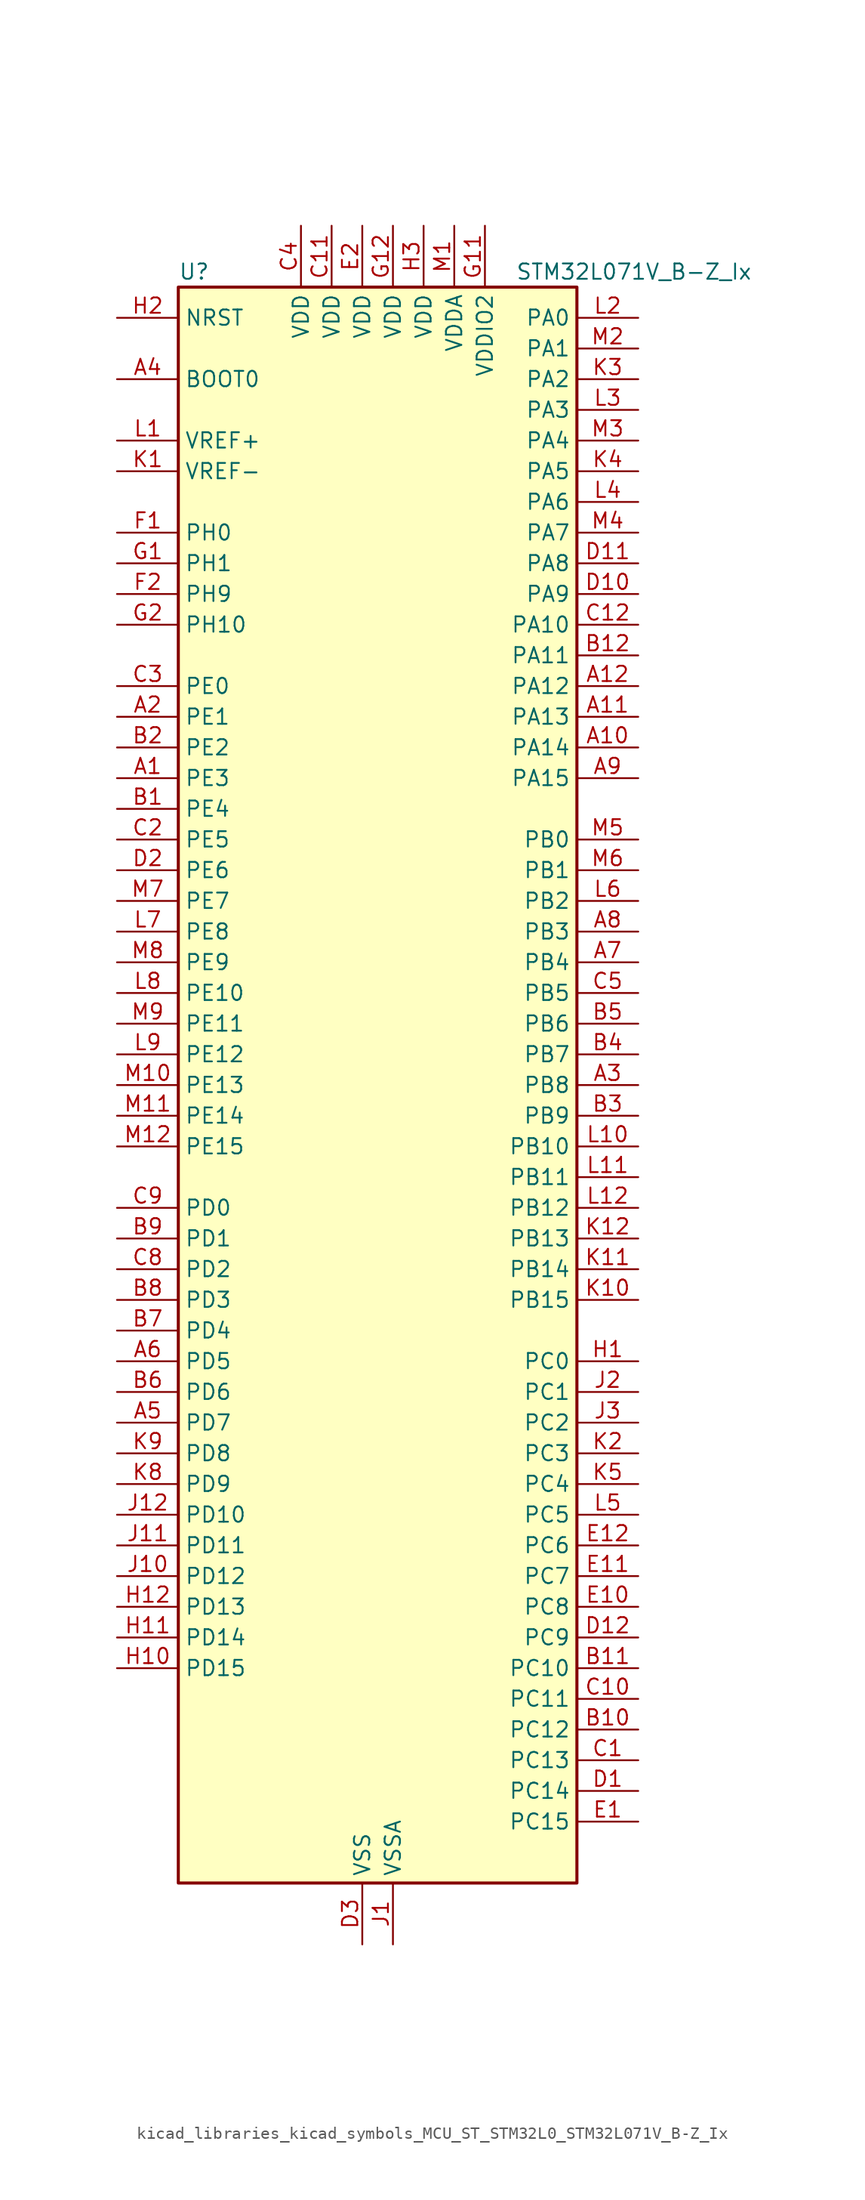
<source format=kicad_sym>
(kicad_symbol_lib
  (version 20220914)
  (generator kicad_symbol_editor)
  (symbol "kicad_libraries_kicad_symbols_MCU_ST_STM32L0_STM32L071V_B-Z_Ix"
    (property "Reference" "U"
      (at -15.24 67.31 0)
      (effects (font (size 1.27 1.27)) (justify left)))
    (property "Value" "STM32L071V_B-Z_Ix"
      (at 12.7 67.31 0)
      (effects (font (size 1.27 1.27)) (justify left)))
    (property "ki_locked" ""
      (at 0 0 0)
      (effects (font (size 1.27 1.27))))
    (symbol "kicad_libraries_kicad_symbols_MCU_ST_STM32L0_STM32L071V_B-Z_Ix_0_1"
      (rectangle (start -15.24 -66.04) (end 17.78 66.04) (stroke (width 0.254) (type default)) (fill (type background))))
    (symbol "kicad_libraries_kicad_symbols_MCU_ST_STM32L0_STM32L071V_B-Z_Ix_1_1"
      (pin bidirectional line (at -20.32 25.4 0) (length 5.08) (name "PE3" (effects (font (size 1.27 1.27)))) (number "A1" (effects (font (size 1.27 1.27)))) (alternate "TIM22_CH1" bidirectional line) (alternate "TIM3_CH1" bidirectional line))
      (pin bidirectional line (at 22.86 27.94 180) (length 5.08) (name "PA14" (effects (font (size 1.27 1.27)))) (number "A10" (effects (font (size 1.27 1.27)))) (alternate "LPUART1_TX" bidirectional line) (alternate "SYS_SWCLK" bidirectional line) (alternate "USART2_TX" bidirectional line))
      (pin bidirectional line (at 22.86 30.48 180) (length 5.08) (name "PA13" (effects (font (size 1.27 1.27)))) (number "A11" (effects (font (size 1.27 1.27)))) (alternate "LPUART1_RX" bidirectional line) (alternate "SYS_SWDIO" bidirectional line))
      (pin bidirectional line (at 22.86 33.02 180) (length 5.08) (name "PA12" (effects (font (size 1.27 1.27)))) (number "A12" (effects (font (size 1.27 1.27)))) (alternate "COMP2_OUT" bidirectional line) (alternate "SPI1_MOSI" bidirectional line) (alternate "USART1_DE" bidirectional line) (alternate "USART1_RTS" bidirectional line))
      (pin bidirectional line (at -20.32 30.48 0) (length 5.08) (name "PE1" (effects (font (size 1.27 1.27)))) (number "A2" (effects (font (size 1.27 1.27)))))
      (pin bidirectional line (at 22.86 0 180) (length 5.08) (name "PB8" (effects (font (size 1.27 1.27)))) (number "A3" (effects (font (size 1.27 1.27)))) (alternate "I2C1_SCL" bidirectional line))
      (pin input line (at -20.32 58.42 0) (length 5.08) (name "BOOT0" (effects (font (size 1.27 1.27)))) (number "A4" (effects (font (size 1.27 1.27)))))
      (pin bidirectional line (at -20.32 -27.94 0) (length 5.08) (name "PD7" (effects (font (size 1.27 1.27)))) (number "A5" (effects (font (size 1.27 1.27)))) (alternate "TIM21_CH2" bidirectional line) (alternate "USART2_CK" bidirectional line))
      (pin bidirectional line (at -20.32 -22.86 0) (length 5.08) (name "PD5" (effects (font (size 1.27 1.27)))) (number "A6" (effects (font (size 1.27 1.27)))) (alternate "USART2_TX" bidirectional line))
      (pin bidirectional line (at 22.86 10.16 180) (length 5.08) (name "PB4" (effects (font (size 1.27 1.27)))) (number "A7" (effects (font (size 1.27 1.27)))) (alternate "COMP2_INP" bidirectional line) (alternate "I2C3_SDA" bidirectional line) (alternate "SPI1_MISO" bidirectional line) (alternate "TIM22_CH1" bidirectional line) (alternate "TIM3_CH1" bidirectional line) (alternate "USART1_CTS" bidirectional line) (alternate "USART5_RX" bidirectional line))
      (pin bidirectional line (at 22.86 12.7 180) (length 5.08) (name "PB3" (effects (font (size 1.27 1.27)))) (number "A8" (effects (font (size 1.27 1.27)))) (alternate "COMP2_INM" bidirectional line) (alternate "SPI1_SCK" bidirectional line) (alternate "TIM2_CH2" bidirectional line) (alternate "USART1_DE" bidirectional line) (alternate "USART1_RTS" bidirectional line) (alternate "USART5_TX" bidirectional line))
      (pin bidirectional line (at 22.86 25.4 180) (length 5.08) (name "PA15" (effects (font (size 1.27 1.27)))) (number "A9" (effects (font (size 1.27 1.27)))) (alternate "SPI1_NSS" bidirectional line) (alternate "TIM2_CH1" bidirectional line) (alternate "TIM2_ETR" bidirectional line) (alternate "USART2_RX" bidirectional line) (alternate "USART4_DE" bidirectional line) (alternate "USART4_RTS" bidirectional line))
      (pin bidirectional line (at -20.32 22.86 0) (length 5.08) (name "PE4" (effects (font (size 1.27 1.27)))) (number "B1" (effects (font (size 1.27 1.27)))) (alternate "TIM22_CH2" bidirectional line) (alternate "TIM3_CH2" bidirectional line))
      (pin bidirectional line (at 22.86 -53.34 180) (length 5.08) (name "PC12" (effects (font (size 1.27 1.27)))) (number "B10" (effects (font (size 1.27 1.27)))) (alternate "USART4_CK" bidirectional line) (alternate "USART5_TX" bidirectional line))
      (pin bidirectional line (at 22.86 -48.26 180) (length 5.08) (name "PC10" (effects (font (size 1.27 1.27)))) (number "B11" (effects (font (size 1.27 1.27)))) (alternate "LPUART1_TX" bidirectional line) (alternate "USART4_TX" bidirectional line))
      (pin bidirectional line (at 22.86 35.56 180) (length 5.08) (name "PA11" (effects (font (size 1.27 1.27)))) (number "B12" (effects (font (size 1.27 1.27)))) (alternate "ADC_EXTI11" bidirectional line) (alternate "COMP1_OUT" bidirectional line) (alternate "SPI1_MISO" bidirectional line) (alternate "USART1_CTS" bidirectional line))
      (pin bidirectional line (at -20.32 27.94 0) (length 5.08) (name "PE2" (effects (font (size 1.27 1.27)))) (number "B2" (effects (font (size 1.27 1.27)))) (alternate "TIM3_ETR" bidirectional line))
      (pin bidirectional line (at 22.86 -2.54 180) (length 5.08) (name "PB9" (effects (font (size 1.27 1.27)))) (number "B3" (effects (font (size 1.27 1.27)))) (alternate "I2C1_SDA" bidirectional line) (alternate "I2S2_WS" bidirectional line) (alternate "SPI2_NSS" bidirectional line))
      (pin bidirectional line (at 22.86 2.54 180) (length 5.08) (name "PB7" (effects (font (size 1.27 1.27)))) (number "B4" (effects (font (size 1.27 1.27)))) (alternate "COMP2_INP" bidirectional line) (alternate "I2C1_SDA" bidirectional line) (alternate "LPTIM1_IN2" bidirectional line) (alternate "SYS_PVD_IN" bidirectional line) (alternate "USART1_RX" bidirectional line) (alternate "USART4_CTS" bidirectional line))
      (pin bidirectional line (at 22.86 5.08 180) (length 5.08) (name "PB6" (effects (font (size 1.27 1.27)))) (number "B5" (effects (font (size 1.27 1.27)))) (alternate "COMP2_INP" bidirectional line) (alternate "I2C1_SCL" bidirectional line) (alternate "LPTIM1_ETR" bidirectional line) (alternate "USART1_TX" bidirectional line))
      (pin bidirectional line (at -20.32 -25.4 0) (length 5.08) (name "PD6" (effects (font (size 1.27 1.27)))) (number "B6" (effects (font (size 1.27 1.27)))) (alternate "USART2_RX" bidirectional line))
      (pin bidirectional line (at -20.32 -20.32 0) (length 5.08) (name "PD4" (effects (font (size 1.27 1.27)))) (number "B7" (effects (font (size 1.27 1.27)))) (alternate "I2S2_SD" bidirectional line) (alternate "SPI2_MOSI" bidirectional line) (alternate "USART2_DE" bidirectional line) (alternate "USART2_RTS" bidirectional line))
      (pin bidirectional line (at -20.32 -17.78 0) (length 5.08) (name "PD3" (effects (font (size 1.27 1.27)))) (number "B8" (effects (font (size 1.27 1.27)))) (alternate "I2S2_MCK" bidirectional line) (alternate "SPI2_MISO" bidirectional line) (alternate "USART2_CTS" bidirectional line))
      (pin bidirectional line (at -20.32 -12.7 0) (length 5.08) (name "PD1" (effects (font (size 1.27 1.27)))) (number "B9" (effects (font (size 1.27 1.27)))) (alternate "I2S2_CK" bidirectional line) (alternate "SPI2_SCK" bidirectional line))
      (pin bidirectional line (at 22.86 -55.88 180) (length 5.08) (name "PC13" (effects (font (size 1.27 1.27)))) (number "C1" (effects (font (size 1.27 1.27)))) (alternate "RTC_OUT_ALARM" bidirectional line) (alternate "RTC_OUT_CALIB" bidirectional line) (alternate "RTC_TAMP1" bidirectional line) (alternate "RTC_TS" bidirectional line) (alternate "SYS_WKUP2" bidirectional line))
      (pin bidirectional line (at 22.86 -50.8 180) (length 5.08) (name "PC11" (effects (font (size 1.27 1.27)))) (number "C10" (effects (font (size 1.27 1.27)))) (alternate "ADC_EXTI11" bidirectional line) (alternate "LPUART1_RX" bidirectional line) (alternate "USART4_RX" bidirectional line))
      (pin power_in line (at -2.54 71.12 270) (length 5.08) (name "VDD" (effects (font (size 1.27 1.27)))) (number "C11" (effects (font (size 1.27 1.27)))))
      (pin bidirectional line (at 22.86 38.1 180) (length 5.08) (name "PA10" (effects (font (size 1.27 1.27)))) (number "C12" (effects (font (size 1.27 1.27)))) (alternate "I2C1_SDA" bidirectional line) (alternate "USART1_RX" bidirectional line))
      (pin bidirectional line (at -20.32 20.32 0) (length 5.08) (name "PE5" (effects (font (size 1.27 1.27)))) (number "C2" (effects (font (size 1.27 1.27)))) (alternate "TIM21_CH1" bidirectional line) (alternate "TIM3_CH3" bidirectional line))
      (pin bidirectional line (at -20.32 33.02 0) (length 5.08) (name "PE0" (effects (font (size 1.27 1.27)))) (number "C3" (effects (font (size 1.27 1.27)))))
      (pin power_in line (at -5.08 71.12 270) (length 5.08) (name "VDD" (effects (font (size 1.27 1.27)))) (number "C4" (effects (font (size 1.27 1.27)))))
      (pin bidirectional line (at 22.86 7.62 180) (length 5.08) (name "PB5" (effects (font (size 1.27 1.27)))) (number "C5" (effects (font (size 1.27 1.27)))) (alternate "COMP2_INP" bidirectional line) (alternate "I2C1_SMBA" bidirectional line) (alternate "LPTIM1_IN1" bidirectional line) (alternate "SPI1_MOSI" bidirectional line) (alternate "TIM22_CH2" bidirectional line) (alternate "TIM3_CH2" bidirectional line) (alternate "USART1_CK" bidirectional line) (alternate "USART5_CK" bidirectional line) (alternate "USART5_DE" bidirectional line) (alternate "USART5_RTS" bidirectional line))
      (pin bidirectional line (at -20.32 -15.24 0) (length 5.08) (name "PD2" (effects (font (size 1.27 1.27)))) (number "C8" (effects (font (size 1.27 1.27)))) (alternate "LPUART1_DE" bidirectional line) (alternate "LPUART1_RTS" bidirectional line) (alternate "TIM3_ETR" bidirectional line) (alternate "USART5_RX" bidirectional line))
      (pin bidirectional line (at -20.32 -10.16 0) (length 5.08) (name "PD0" (effects (font (size 1.27 1.27)))) (number "C9" (effects (font (size 1.27 1.27)))) (alternate "I2S2_WS" bidirectional line) (alternate "SPI2_NSS" bidirectional line) (alternate "TIM21_CH1" bidirectional line))
      (pin bidirectional line (at 22.86 -58.42 180) (length 5.08) (name "PC14" (effects (font (size 1.27 1.27)))) (number "D1" (effects (font (size 1.27 1.27)))) (alternate "RCC_OSC32_IN" bidirectional line))
      (pin bidirectional line (at 22.86 40.64 180) (length 5.08) (name "PA9" (effects (font (size 1.27 1.27)))) (number "D10" (effects (font (size 1.27 1.27)))) (alternate "I2C1_SCL" bidirectional line) (alternate "I2C3_SMBA" bidirectional line) (alternate "RCC_MCO" bidirectional line) (alternate "USART1_TX" bidirectional line))
      (pin bidirectional line (at 22.86 43.18 180) (length 5.08) (name "PA8" (effects (font (size 1.27 1.27)))) (number "D11" (effects (font (size 1.27 1.27)))) (alternate "I2C3_SCL" bidirectional line) (alternate "RCC_MCO" bidirectional line) (alternate "USART1_CK" bidirectional line))
      (pin bidirectional line (at 22.86 -45.72 180) (length 5.08) (name "PC9" (effects (font (size 1.27 1.27)))) (number "D12" (effects (font (size 1.27 1.27)))) (alternate "I2C3_SDA" bidirectional line) (alternate "TIM21_ETR" bidirectional line) (alternate "TIM3_CH4" bidirectional line))
      (pin bidirectional line (at -20.32 17.78 0) (length 5.08) (name "PE6" (effects (font (size 1.27 1.27)))) (number "D2" (effects (font (size 1.27 1.27)))) (alternate "RTC_TAMP3" bidirectional line) (alternate "SYS_WKUP3" bidirectional line) (alternate "TIM21_CH2" bidirectional line) (alternate "TIM3_CH4" bidirectional line))
      (pin power_in line (at 0 -71.12 90) (length 5.08) (name "VSS" (effects (font (size 1.27 1.27)))) (number "D3" (effects (font (size 1.27 1.27)))))
      (pin bidirectional line (at 22.86 -60.96 180) (length 5.08) (name "PC15" (effects (font (size 1.27 1.27)))) (number "E1" (effects (font (size 1.27 1.27)))) (alternate "RCC_OSC32_OUT" bidirectional line))
      (pin bidirectional line (at 22.86 -43.18 180) (length 5.08) (name "PC8" (effects (font (size 1.27 1.27)))) (number "E10" (effects (font (size 1.27 1.27)))) (alternate "TIM22_ETR" bidirectional line) (alternate "TIM3_CH3" bidirectional line))
      (pin bidirectional line (at 22.86 -40.64 180) (length 5.08) (name "PC7" (effects (font (size 1.27 1.27)))) (number "E11" (effects (font (size 1.27 1.27)))) (alternate "TIM22_CH2" bidirectional line) (alternate "TIM3_CH2" bidirectional line))
      (pin bidirectional line (at 22.86 -38.1 180) (length 5.08) (name "PC6" (effects (font (size 1.27 1.27)))) (number "E12" (effects (font (size 1.27 1.27)))) (alternate "TIM22_CH1" bidirectional line) (alternate "TIM3_CH1" bidirectional line))
      (pin power_in line (at 0 71.12 270) (length 5.08) (name "VDD" (effects (font (size 1.27 1.27)))) (number "E2" (effects (font (size 1.27 1.27)))))
      (pin passive line (at 0 -71.12 90) (length 5.08) hide (name "VSS" (effects (font (size 1.27 1.27)))) (number "E3" (effects (font (size 1.27 1.27)))))
      (pin bidirectional line (at -20.32 45.72 0) (length 5.08) (name "PH0" (effects (font (size 1.27 1.27)))) (number "F1" (effects (font (size 1.27 1.27)))) (alternate "RCC_OSC_IN" bidirectional line))
      (pin passive line (at 0 -71.12 90) (length 5.08) hide (name "VSS" (effects (font (size 1.27 1.27)))) (number "F11" (effects (font (size 1.27 1.27)))))
      (pin passive line (at 0 -71.12 90) (length 5.08) hide (name "VSS" (effects (font (size 1.27 1.27)))) (number "F12" (effects (font (size 1.27 1.27)))))
      (pin bidirectional line (at -20.32 40.64 0) (length 5.08) (name "PH9" (effects (font (size 1.27 1.27)))) (number "F2" (effects (font (size 1.27 1.27)))))
      (pin bidirectional line (at -20.32 43.18 0) (length 5.08) (name "PH1" (effects (font (size 1.27 1.27)))) (number "G1" (effects (font (size 1.27 1.27)))) (alternate "RCC_OSC_OUT" bidirectional line))
      (pin power_in line (at 10.16 71.12 270) (length 5.08) (name "VDDIO2" (effects (font (size 1.27 1.27)))) (number "G11" (effects (font (size 1.27 1.27)))))
      (pin power_in line (at 2.54 71.12 270) (length 5.08) (name "VDD" (effects (font (size 1.27 1.27)))) (number "G12" (effects (font (size 1.27 1.27)))))
      (pin bidirectional line (at -20.32 38.1 0) (length 5.08) (name "PH10" (effects (font (size 1.27 1.27)))) (number "G2" (effects (font (size 1.27 1.27)))))
      (pin bidirectional line (at 22.86 -22.86 180) (length 5.08) (name "PC0" (effects (font (size 1.27 1.27)))) (number "H1" (effects (font (size 1.27 1.27)))) (alternate "ADC_IN10" bidirectional line) (alternate "I2C3_SCL" bidirectional line) (alternate "LPTIM1_IN1" bidirectional line) (alternate "LPUART1_RX" bidirectional line))
      (pin bidirectional line (at -20.32 -48.26 0) (length 5.08) (name "PD15" (effects (font (size 1.27 1.27)))) (number "H10" (effects (font (size 1.27 1.27)))))
      (pin bidirectional line (at -20.32 -45.72 0) (length 5.08) (name "PD14" (effects (font (size 1.27 1.27)))) (number "H11" (effects (font (size 1.27 1.27)))))
      (pin bidirectional line (at -20.32 -43.18 0) (length 5.08) (name "PD13" (effects (font (size 1.27 1.27)))) (number "H12" (effects (font (size 1.27 1.27)))))
      (pin input line (at -20.32 63.5 0) (length 5.08) (name "NRST" (effects (font (size 1.27 1.27)))) (number "H2" (effects (font (size 1.27 1.27)))))
      (pin power_in line (at 5.08 71.12 270) (length 5.08) (name "VDD" (effects (font (size 1.27 1.27)))) (number "H3" (effects (font (size 1.27 1.27)))))
      (pin power_in line (at 2.54 -71.12 90) (length 5.08) (name "VSSA" (effects (font (size 1.27 1.27)))) (number "J1" (effects (font (size 1.27 1.27)))))
      (pin bidirectional line (at -20.32 -40.64 0) (length 5.08) (name "PD12" (effects (font (size 1.27 1.27)))) (number "J10" (effects (font (size 1.27 1.27)))) (alternate "LPUART1_DE" bidirectional line) (alternate "LPUART1_RTS" bidirectional line))
      (pin bidirectional line (at -20.32 -38.1 0) (length 5.08) (name "PD11" (effects (font (size 1.27 1.27)))) (number "J11" (effects (font (size 1.27 1.27)))) (alternate "ADC_EXTI11" bidirectional line) (alternate "LPUART1_CTS" bidirectional line))
      (pin bidirectional line (at -20.32 -35.56 0) (length 5.08) (name "PD10" (effects (font (size 1.27 1.27)))) (number "J12" (effects (font (size 1.27 1.27)))))
      (pin bidirectional line (at 22.86 -25.4 180) (length 5.08) (name "PC1" (effects (font (size 1.27 1.27)))) (number "J2" (effects (font (size 1.27 1.27)))) (alternate "ADC_IN11" bidirectional line) (alternate "I2C3_SDA" bidirectional line) (alternate "LPTIM1_OUT" bidirectional line) (alternate "LPUART1_TX" bidirectional line))
      (pin bidirectional line (at 22.86 -27.94 180) (length 5.08) (name "PC2" (effects (font (size 1.27 1.27)))) (number "J3" (effects (font (size 1.27 1.27)))) (alternate "ADC_IN12" bidirectional line) (alternate "I2S2_MCK" bidirectional line) (alternate "LPTIM1_IN2" bidirectional line) (alternate "SPI2_MISO" bidirectional line))
      (pin input line (at -20.32 50.8 0) (length 5.08) (name "VREF-" (effects (font (size 1.27 1.27)))) (number "K1" (effects (font (size 1.27 1.27)))))
      (pin bidirectional line (at 22.86 -17.78 180) (length 5.08) (name "PB15" (effects (font (size 1.27 1.27)))) (number "K10" (effects (font (size 1.27 1.27)))) (alternate "I2S2_SD" bidirectional line) (alternate "RTC_REFIN" bidirectional line) (alternate "SPI2_MOSI" bidirectional line))
      (pin bidirectional line (at 22.86 -15.24 180) (length 5.08) (name "PB14" (effects (font (size 1.27 1.27)))) (number "K11" (effects (font (size 1.27 1.27)))) (alternate "I2C2_SDA" bidirectional line) (alternate "I2S2_MCK" bidirectional line) (alternate "LPUART1_DE" bidirectional line) (alternate "LPUART1_RTS" bidirectional line) (alternate "RTC_OUT_ALARM" bidirectional line) (alternate "RTC_OUT_CALIB" bidirectional line) (alternate "SPI2_MISO" bidirectional line) (alternate "TIM21_CH2" bidirectional line))
      (pin bidirectional line (at 22.86 -12.7 180) (length 5.08) (name "PB13" (effects (font (size 1.27 1.27)))) (number "K12" (effects (font (size 1.27 1.27)))) (alternate "I2C2_SCL" bidirectional line) (alternate "I2S2_CK" bidirectional line) (alternate "LPUART1_CTS" bidirectional line) (alternate "RCC_MCO" bidirectional line) (alternate "SPI2_SCK" bidirectional line) (alternate "TIM21_CH1" bidirectional line))
      (pin bidirectional line (at 22.86 -30.48 180) (length 5.08) (name "PC3" (effects (font (size 1.27 1.27)))) (number "K2" (effects (font (size 1.27 1.27)))) (alternate "ADC_IN13" bidirectional line) (alternate "I2S2_SD" bidirectional line) (alternate "LPTIM1_ETR" bidirectional line) (alternate "SPI2_MOSI" bidirectional line))
      (pin bidirectional line (at 22.86 58.42 180) (length 5.08) (name "PA2" (effects (font (size 1.27 1.27)))) (number "K3" (effects (font (size 1.27 1.27)))) (alternate "ADC_IN2" bidirectional line) (alternate "COMP2_INM" bidirectional line) (alternate "COMP2_OUT" bidirectional line) (alternate "LPUART1_TX" bidirectional line) (alternate "TIM21_CH1" bidirectional line) (alternate "TIM2_CH3" bidirectional line) (alternate "USART2_TX" bidirectional line))
      (pin bidirectional line (at 22.86 50.8 180) (length 5.08) (name "PA5" (effects (font (size 1.27 1.27)))) (number "K4" (effects (font (size 1.27 1.27)))) (alternate "ADC_IN5" bidirectional line) (alternate "COMP1_INM" bidirectional line) (alternate "COMP2_INM" bidirectional line) (alternate "SPI1_SCK" bidirectional line) (alternate "TIM2_CH1" bidirectional line) (alternate "TIM2_ETR" bidirectional line))
      (pin bidirectional line (at 22.86 -33.02 180) (length 5.08) (name "PC4" (effects (font (size 1.27 1.27)))) (number "K5" (effects (font (size 1.27 1.27)))) (alternate "ADC_IN14" bidirectional line) (alternate "LPUART1_TX" bidirectional line))
      (pin bidirectional line (at -20.32 -33.02 0) (length 5.08) (name "PD9" (effects (font (size 1.27 1.27)))) (number "K8" (effects (font (size 1.27 1.27)))) (alternate "LPUART1_RX" bidirectional line))
      (pin bidirectional line (at -20.32 -30.48 0) (length 5.08) (name "PD8" (effects (font (size 1.27 1.27)))) (number "K9" (effects (font (size 1.27 1.27)))) (alternate "LPUART1_TX" bidirectional line))
      (pin input line (at -20.32 53.34 0) (length 5.08) (name "VREF+" (effects (font (size 1.27 1.27)))) (number "L1" (effects (font (size 1.27 1.27)))))
      (pin bidirectional line (at 22.86 -5.08 180) (length 5.08) (name "PB10" (effects (font (size 1.27 1.27)))) (number "L10" (effects (font (size 1.27 1.27)))) (alternate "I2C2_SCL" bidirectional line) (alternate "LPUART1_RX" bidirectional line) (alternate "LPUART1_TX" bidirectional line) (alternate "SPI2_SCK" bidirectional line) (alternate "TIM2_CH3" bidirectional line))
      (pin bidirectional line (at 22.86 -7.62 180) (length 5.08) (name "PB11" (effects (font (size 1.27 1.27)))) (number "L11" (effects (font (size 1.27 1.27)))) (alternate "ADC_EXTI11" bidirectional line) (alternate "I2C2_SDA" bidirectional line) (alternate "LPUART1_RX" bidirectional line) (alternate "LPUART1_TX" bidirectional line) (alternate "TIM2_CH4" bidirectional line))
      (pin bidirectional line (at 22.86 -10.16 180) (length 5.08) (name "PB12" (effects (font (size 1.27 1.27)))) (number "L12" (effects (font (size 1.27 1.27)))) (alternate "I2S2_WS" bidirectional line) (alternate "LPUART1_DE" bidirectional line) (alternate "LPUART1_RTS" bidirectional line) (alternate "SPI2_NSS" bidirectional line))
      (pin bidirectional line (at 22.86 63.5 180) (length 5.08) (name "PA0" (effects (font (size 1.27 1.27)))) (number "L2" (effects (font (size 1.27 1.27)))) (alternate "ADC_IN0" bidirectional line) (alternate "COMP1_INM" bidirectional line) (alternate "COMP1_OUT" bidirectional line) (alternate "RTC_TAMP2" bidirectional line) (alternate "SYS_WKUP1" bidirectional line) (alternate "TIM2_CH1" bidirectional line) (alternate "TIM2_ETR" bidirectional line) (alternate "USART2_CTS" bidirectional line) (alternate "USART4_TX" bidirectional line))
      (pin bidirectional line (at 22.86 55.88 180) (length 5.08) (name "PA3" (effects (font (size 1.27 1.27)))) (number "L3" (effects (font (size 1.27 1.27)))) (alternate "ADC_IN3" bidirectional line) (alternate "COMP2_INP" bidirectional line) (alternate "LPUART1_RX" bidirectional line) (alternate "TIM21_CH2" bidirectional line) (alternate "TIM2_CH4" bidirectional line) (alternate "USART2_RX" bidirectional line))
      (pin bidirectional line (at 22.86 48.26 180) (length 5.08) (name "PA6" (effects (font (size 1.27 1.27)))) (number "L4" (effects (font (size 1.27 1.27)))) (alternate "ADC_IN6" bidirectional line) (alternate "COMP1_OUT" bidirectional line) (alternate "LPUART1_CTS" bidirectional line) (alternate "SPI1_MISO" bidirectional line) (alternate "TIM22_CH1" bidirectional line) (alternate "TIM3_CH1" bidirectional line))
      (pin bidirectional line (at 22.86 -35.56 180) (length 5.08) (name "PC5" (effects (font (size 1.27 1.27)))) (number "L5" (effects (font (size 1.27 1.27)))) (alternate "ADC_IN15" bidirectional line) (alternate "LPUART1_RX" bidirectional line))
      (pin bidirectional line (at 22.86 15.24 180) (length 5.08) (name "PB2" (effects (font (size 1.27 1.27)))) (number "L6" (effects (font (size 1.27 1.27)))) (alternate "I2C3_SMBA" bidirectional line) (alternate "LPTIM1_OUT" bidirectional line))
      (pin bidirectional line (at -20.32 12.7 0) (length 5.08) (name "PE8" (effects (font (size 1.27 1.27)))) (number "L7" (effects (font (size 1.27 1.27)))) (alternate "USART4_TX" bidirectional line))
      (pin bidirectional line (at -20.32 7.62 0) (length 5.08) (name "PE10" (effects (font (size 1.27 1.27)))) (number "L8" (effects (font (size 1.27 1.27)))) (alternate "TIM2_CH2" bidirectional line) (alternate "USART5_TX" bidirectional line))
      (pin bidirectional line (at -20.32 2.54 0) (length 5.08) (name "PE12" (effects (font (size 1.27 1.27)))) (number "L9" (effects (font (size 1.27 1.27)))) (alternate "SPI1_NSS" bidirectional line) (alternate "TIM2_CH4" bidirectional line))
      (pin power_in line (at 7.62 71.12 270) (length 5.08) (name "VDDA" (effects (font (size 1.27 1.27)))) (number "M1" (effects (font (size 1.27 1.27)))))
      (pin bidirectional line (at -20.32 0 0) (length 5.08) (name "PE13" (effects (font (size 1.27 1.27)))) (number "M10" (effects (font (size 1.27 1.27)))) (alternate "SPI1_SCK" bidirectional line))
      (pin bidirectional line (at -20.32 -2.54 0) (length 5.08) (name "PE14" (effects (font (size 1.27 1.27)))) (number "M11" (effects (font (size 1.27 1.27)))) (alternate "SPI1_MISO" bidirectional line))
      (pin bidirectional line (at -20.32 -5.08 0) (length 5.08) (name "PE15" (effects (font (size 1.27 1.27)))) (number "M12" (effects (font (size 1.27 1.27)))) (alternate "SPI1_MOSI" bidirectional line))
      (pin bidirectional line (at 22.86 60.96 180) (length 5.08) (name "PA1" (effects (font (size 1.27 1.27)))) (number "M2" (effects (font (size 1.27 1.27)))) (alternate "ADC_IN1" bidirectional line) (alternate "COMP1_INP" bidirectional line) (alternate "TIM21_ETR" bidirectional line) (alternate "TIM2_CH2" bidirectional line) (alternate "USART2_DE" bidirectional line) (alternate "USART2_RTS" bidirectional line) (alternate "USART4_RX" bidirectional line))
      (pin bidirectional line (at 22.86 53.34 180) (length 5.08) (name "PA4" (effects (font (size 1.27 1.27)))) (number "M3" (effects (font (size 1.27 1.27)))) (alternate "ADC_IN4" bidirectional line) (alternate "COMP1_INM" bidirectional line) (alternate "COMP2_INM" bidirectional line) (alternate "SPI1_NSS" bidirectional line) (alternate "TIM22_ETR" bidirectional line) (alternate "USART2_CK" bidirectional line))
      (pin bidirectional line (at 22.86 45.72 180) (length 5.08) (name "PA7" (effects (font (size 1.27 1.27)))) (number "M4" (effects (font (size 1.27 1.27)))) (alternate "ADC_IN7" bidirectional line) (alternate "COMP2_OUT" bidirectional line) (alternate "SPI1_MOSI" bidirectional line) (alternate "TIM22_CH2" bidirectional line) (alternate "TIM3_CH2" bidirectional line))
      (pin bidirectional line (at 22.86 20.32 180) (length 5.08) (name "PB0" (effects (font (size 1.27 1.27)))) (number "M5" (effects (font (size 1.27 1.27)))) (alternate "ADC_IN8" bidirectional line) (alternate "SYS_VREF_OUT_PB0" bidirectional line) (alternate "TIM3_CH3" bidirectional line))
      (pin bidirectional line (at 22.86 17.78 180) (length 5.08) (name "PB1" (effects (font (size 1.27 1.27)))) (number "M6" (effects (font (size 1.27 1.27)))) (alternate "ADC_IN9" bidirectional line) (alternate "LPUART1_DE" bidirectional line) (alternate "LPUART1_RTS" bidirectional line) (alternate "SYS_VREF_OUT_PB1" bidirectional line) (alternate "TIM3_CH4" bidirectional line))
      (pin bidirectional line (at -20.32 15.24 0) (length 5.08) (name "PE7" (effects (font (size 1.27 1.27)))) (number "M7" (effects (font (size 1.27 1.27)))) (alternate "USART5_CK" bidirectional line) (alternate "USART5_DE" bidirectional line) (alternate "USART5_RTS" bidirectional line))
      (pin bidirectional line (at -20.32 10.16 0) (length 5.08) (name "PE9" (effects (font (size 1.27 1.27)))) (number "M8" (effects (font (size 1.27 1.27)))) (alternate "TIM2_CH1" bidirectional line) (alternate "TIM2_ETR" bidirectional line) (alternate "USART4_RX" bidirectional line))
      (pin bidirectional line (at -20.32 5.08 0) (length 5.08) (name "PE11" (effects (font (size 1.27 1.27)))) (number "M9" (effects (font (size 1.27 1.27)))) (alternate "ADC_EXTI11" bidirectional line) (alternate "TIM2_CH3" bidirectional line) (alternate "USART5_RX" bidirectional line)))))
</source>
